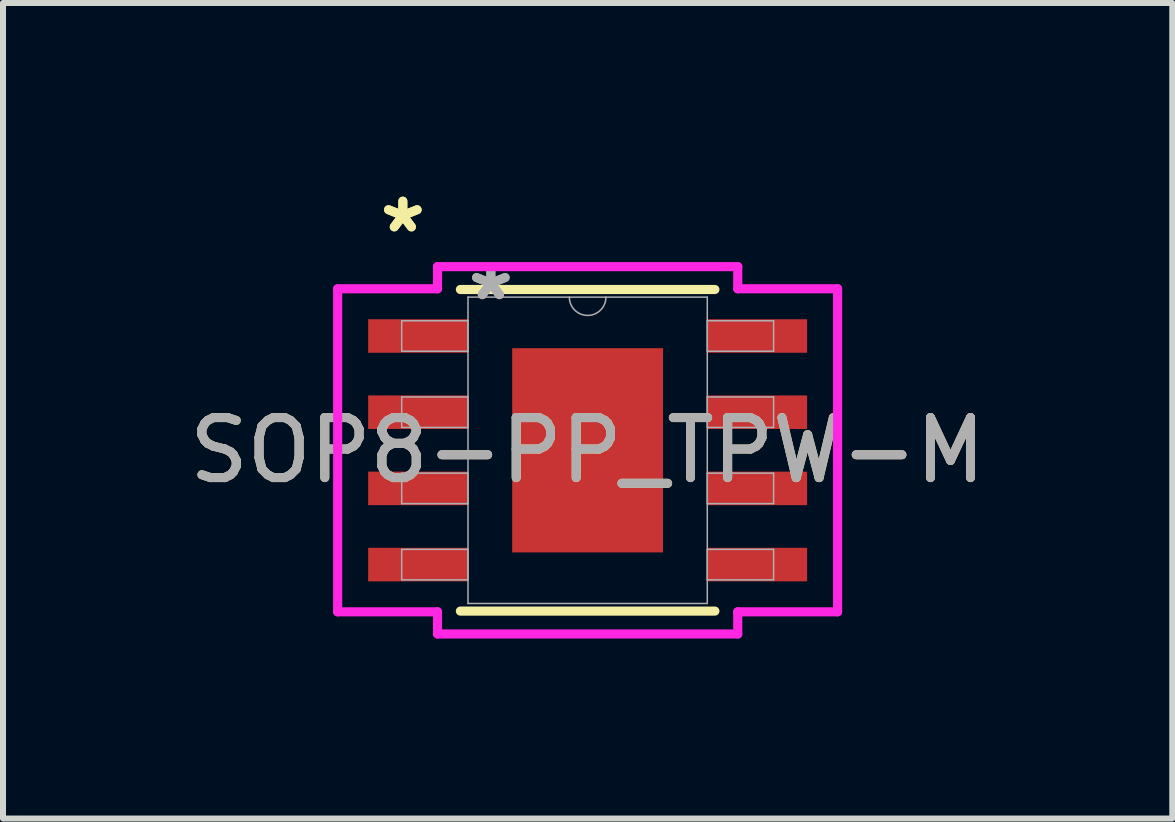
<source format=kicad_pcb>
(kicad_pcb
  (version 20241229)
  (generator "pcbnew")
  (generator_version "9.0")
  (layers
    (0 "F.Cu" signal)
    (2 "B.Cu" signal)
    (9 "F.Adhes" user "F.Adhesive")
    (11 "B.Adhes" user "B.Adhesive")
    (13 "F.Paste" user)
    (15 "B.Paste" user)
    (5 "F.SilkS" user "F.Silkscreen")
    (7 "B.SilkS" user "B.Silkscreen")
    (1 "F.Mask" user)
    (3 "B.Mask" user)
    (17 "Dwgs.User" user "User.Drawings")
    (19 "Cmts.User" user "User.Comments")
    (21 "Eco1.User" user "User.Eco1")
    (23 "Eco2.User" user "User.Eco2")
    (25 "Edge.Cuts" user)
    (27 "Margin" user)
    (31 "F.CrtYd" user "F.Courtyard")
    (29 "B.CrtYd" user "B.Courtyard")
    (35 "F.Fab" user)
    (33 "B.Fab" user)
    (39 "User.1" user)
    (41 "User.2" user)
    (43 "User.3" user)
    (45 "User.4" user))
  (footprint "SOP8-PP_TPW-M"
    (layer "F.Cu")
    (at 6.744 4.455)
    (property "Reference" "SOP8-PP_TPW-M" (at 0 0 0) (unlocked yes) (layer "F.SilkS") (effects (font (size 1 1) (thickness 0.15))))
    (attr smd)
    (fp_line (start -2.121 2.68) (end 2.121 2.68) (stroke (width 0.152) (type solid)) (layer "F.SilkS"))
    (fp_line (start 2.121 -2.68) (end -2.121 -2.68) (stroke (width 0.152) (type solid)) (layer "F.SilkS"))
    (fp_poly (pts (xy -1.157 -1.602) (xy -1.157 -0.1) (xy 1.157 -0.1) (xy 1.157 -1.602)) (stroke (width 0) (type solid)) (fill yes) (layer "F.Paste"))
    (fp_poly (pts (xy -1.157 0.1) (xy -1.157 1.602) (xy 1.157 1.602) (xy 1.157 0.1)) (stroke (width 0) (type solid)) (fill yes) (layer "F.Paste"))
    (fp_line (start -4.166 -2.692) (end -2.502 -2.692) (stroke (width 0.152) (type solid)) (layer "F.CrtYd"))
    (fp_line (start -4.166 2.692) (end -4.166 -2.692) (stroke (width 0.152) (type solid)) (layer "F.CrtYd"))
    (fp_line (start -4.166 2.692) (end -2.502 2.692) (stroke (width 0.152) (type solid)) (layer "F.CrtYd"))
    (fp_line (start -2.502 -3.061) (end 2.502 -3.061) (stroke (width 0.152) (type solid)) (layer "F.CrtYd"))
    (fp_line (start -2.502 -2.692) (end -2.502 -3.061) (stroke (width 0.152) (type solid)) (layer "F.CrtYd"))
    (fp_line (start -2.502 3.061) (end -2.502 2.692) (stroke (width 0.152) (type solid)) (layer "F.CrtYd"))
    (fp_line (start 2.502 -3.061) (end 2.502 -2.692) (stroke (width 0.152) (type solid)) (layer "F.CrtYd"))
    (fp_line (start 2.502 2.692) (end 2.502 3.061) (stroke (width 0.152) (type solid)) (layer "F.CrtYd"))
    (fp_line (start 2.502 3.061) (end -2.502 3.061) (stroke (width 0.152) (type solid)) (layer "F.CrtYd"))
    (fp_line (start 4.166 -2.692) (end 2.502 -2.692) (stroke (width 0.152) (type solid)) (layer "F.CrtYd"))
    (fp_line (start 4.166 -2.692) (end 4.166 2.692) (stroke (width 0.152) (type solid)) (layer "F.CrtYd"))
    (fp_line (start 4.166 2.692) (end 2.502 2.692) (stroke (width 0.152) (type solid)) (layer "F.CrtYd"))
    (fp_line (start -3.099 -2.159) (end -3.099 -1.651) (stroke (width 0.025) (type solid)) (layer "F.Fab"))
    (fp_line (start -3.099 -1.651) (end -1.994 -1.651) (stroke (width 0.025) (type solid)) (layer "F.Fab"))
    (fp_line (start -3.099 -0.889) (end -3.099 -0.381) (stroke (width 0.025) (type solid)) (layer "F.Fab"))
    (fp_line (start -3.099 -0.381) (end -1.994 -0.381) (stroke (width 0.025) (type solid)) (layer "F.Fab"))
    (fp_line (start -3.099 0.381) (end -3.099 0.889) (stroke (width 0.025) (type solid)) (layer "F.Fab"))
    (fp_line (start -3.099 0.889) (end -1.994 0.889) (stroke (width 0.025) (type solid)) (layer "F.Fab"))
    (fp_line (start -3.099 1.651) (end -3.099 2.159) (stroke (width 0.025) (type solid)) (layer "F.Fab"))
    (fp_line (start -3.099 2.159) (end -1.994 2.159) (stroke (width 0.025) (type solid)) (layer "F.Fab"))
    (fp_line (start -1.994 -2.553) (end -1.994 2.553) (stroke (width 0.025) (type solid)) (layer "F.Fab"))
    (fp_line (start -1.994 -2.159) (end -3.099 -2.159) (stroke (width 0.025) (type solid)) (layer "F.Fab"))
    (fp_line (start -1.994 -1.651) (end -1.994 -2.159) (stroke (width 0.025) (type solid)) (layer "F.Fab"))
    (fp_line (start -1.994 -0.889) (end -3.099 -0.889) (stroke (width 0.025) (type solid)) (layer "F.Fab"))
    (fp_line (start -1.994 -0.381) (end -1.994 -0.889) (stroke (width 0.025) (type solid)) (layer "F.Fab"))
    (fp_line (start -1.994 0.381) (end -3.099 0.381) (stroke (width 0.025) (type solid)) (layer "F.Fab"))
    (fp_line (start -1.994 0.889) (end -1.994 0.381) (stroke (width 0.025) (type solid)) (layer "F.Fab"))
    (fp_line (start -1.994 1.651) (end -3.099 1.651) (stroke (width 0.025) (type solid)) (layer "F.Fab"))
    (fp_line (start -1.994 2.159) (end -1.994 1.651) (stroke (width 0.025) (type solid)) (layer "F.Fab"))
    (fp_line (start -1.994 2.553) (end 1.994 2.553) (stroke (width 0.025) (type solid)) (layer "F.Fab"))
    (fp_line (start 1.994 -2.553) (end -1.994 -2.553) (stroke (width 0.025) (type solid)) (layer "F.Fab"))
    (fp_line (start 1.994 -2.159) (end 1.994 -1.651) (stroke (width 0.025) (type solid)) (layer "F.Fab"))
    (fp_line (start 1.994 -1.651) (end 3.099 -1.651) (stroke (width 0.025) (type solid)) (layer "F.Fab"))
    (fp_line (start 1.994 -0.889) (end 1.994 -0.381) (stroke (width 0.025) (type solid)) (layer "F.Fab"))
    (fp_line (start 1.994 -0.381) (end 3.099 -0.381) (stroke (width 0.025) (type solid)) (layer "F.Fab"))
    (fp_line (start 1.994 0.381) (end 1.994 0.889) (stroke (width 0.025) (type solid)) (layer "F.Fab"))
    (fp_line (start 1.994 0.889) (end 3.099 0.889) (stroke (width 0.025) (type solid)) (layer "F.Fab"))
    (fp_line (start 1.994 1.651) (end 1.994 2.159) (stroke (width 0.025) (type solid)) (layer "F.Fab"))
    (fp_line (start 1.994 2.159) (end 3.099 2.159) (stroke (width 0.025) (type solid)) (layer "F.Fab"))
    (fp_line (start 1.994 2.553) (end 1.994 -2.553) (stroke (width 0.025) (type solid)) (layer "F.Fab"))
    (fp_line (start 3.099 -2.159) (end 1.994 -2.159) (stroke (width 0.025) (type solid)) (layer "F.Fab"))
    (fp_line (start 3.099 -1.651) (end 3.099 -2.159) (stroke (width 0.025) (type solid)) (layer "F.Fab"))
    (fp_line (start 3.099 -0.889) (end 1.994 -0.889) (stroke (width 0.025) (type solid)) (layer "F.Fab"))
    (fp_line (start 3.099 -0.381) (end 3.099 -0.889) (stroke (width 0.025) (type solid)) (layer "F.Fab"))
    (fp_line (start 3.099 0.381) (end 1.994 0.381) (stroke (width 0.025) (type solid)) (layer "F.Fab"))
    (fp_line (start 3.099 0.889) (end 3.099 0.381) (stroke (width 0.025) (type solid)) (layer "F.Fab"))
    (fp_line (start 3.099 1.651) (end 1.994 1.651) (stroke (width 0.025) (type solid)) (layer "F.Fab"))
    (fp_line (start 3.099 2.159) (end 3.099 1.651) (stroke (width 0.025) (type solid)) (layer "F.Fab"))
    (fp_arc (start 0.3048 -2.5527) (mid 0 -2.2479) (end -0.3048 -2.5527) (stroke (width 0.0254) (type solid)) (layer "F.Fab"))
    (fp_text user "*" (at -3.08 -3.607 0) (layer "F.SilkS") (effects (font (size 1 1) (thickness 0.15))))
    (fp_text user "*" (at -3.08 -3.607 0) (unlocked yes) (layer "F.SilkS") (effects (font (size 1 1) (thickness 0.15))))
    (fp_text user "*" (at -1.613 -2.477 0) (unlocked yes) (layer "F.Fab") (effects (font (size 1 1) (thickness 0.15))))
    (fp_text user "${REFERENCE}" (at 0 0 0) (unlocked yes) (layer "F.Fab") (effects (font (size 1 1) (thickness 0.15))))
    (fp_text user "*" (at -1.613 -2.477 0) (layer "F.Fab") (effects (font (size 1 1) (thickness 0.15))))
    (pad "1" smd rect (at -2.826 -1.905) (size 1.664 0.559) (layers "F.Cu" "F.Mask" "F.Paste"))
    (pad "2" smd rect (at -2.826 -0.635) (size 1.664 0.559) (layers "F.Cu" "F.Mask" "F.Paste"))
    (pad "3" smd rect (at -2.826 0.635) (size 1.664 0.559) (layers "F.Cu" "F.Mask" "F.Paste"))
    (pad "4" smd rect (at -2.826 1.905) (size 1.664 0.559) (layers "F.Cu" "F.Mask" "F.Paste"))
    (pad "5" smd rect (at 2.826 1.905) (size 1.664 0.559) (layers "F.Cu" "F.Mask" "F.Paste"))
    (pad "6" smd rect (at 2.826 0.635) (size 1.664 0.559) (layers "F.Cu" "F.Mask" "F.Paste"))
    (pad "7" smd rect (at 2.826 -0.635) (size 1.664 0.559) (layers "F.Cu" "F.Mask" "F.Paste"))
    (pad "8" smd rect (at 2.826 -1.905) (size 1.664 0.559) (layers "F.Cu" "F.Mask" "F.Paste"))
    (pad "EPAD" smd rect (at 0 0) (size 2.515 3.404) (layers "F.Cu" "F.Mask")))
  (gr_rect
    (start -3 -3)
    (end 16.488 10.592)
    (stroke (width 0.1) (type default))
    (fill no)
    (layer "Edge.Cuts")))
</source>
